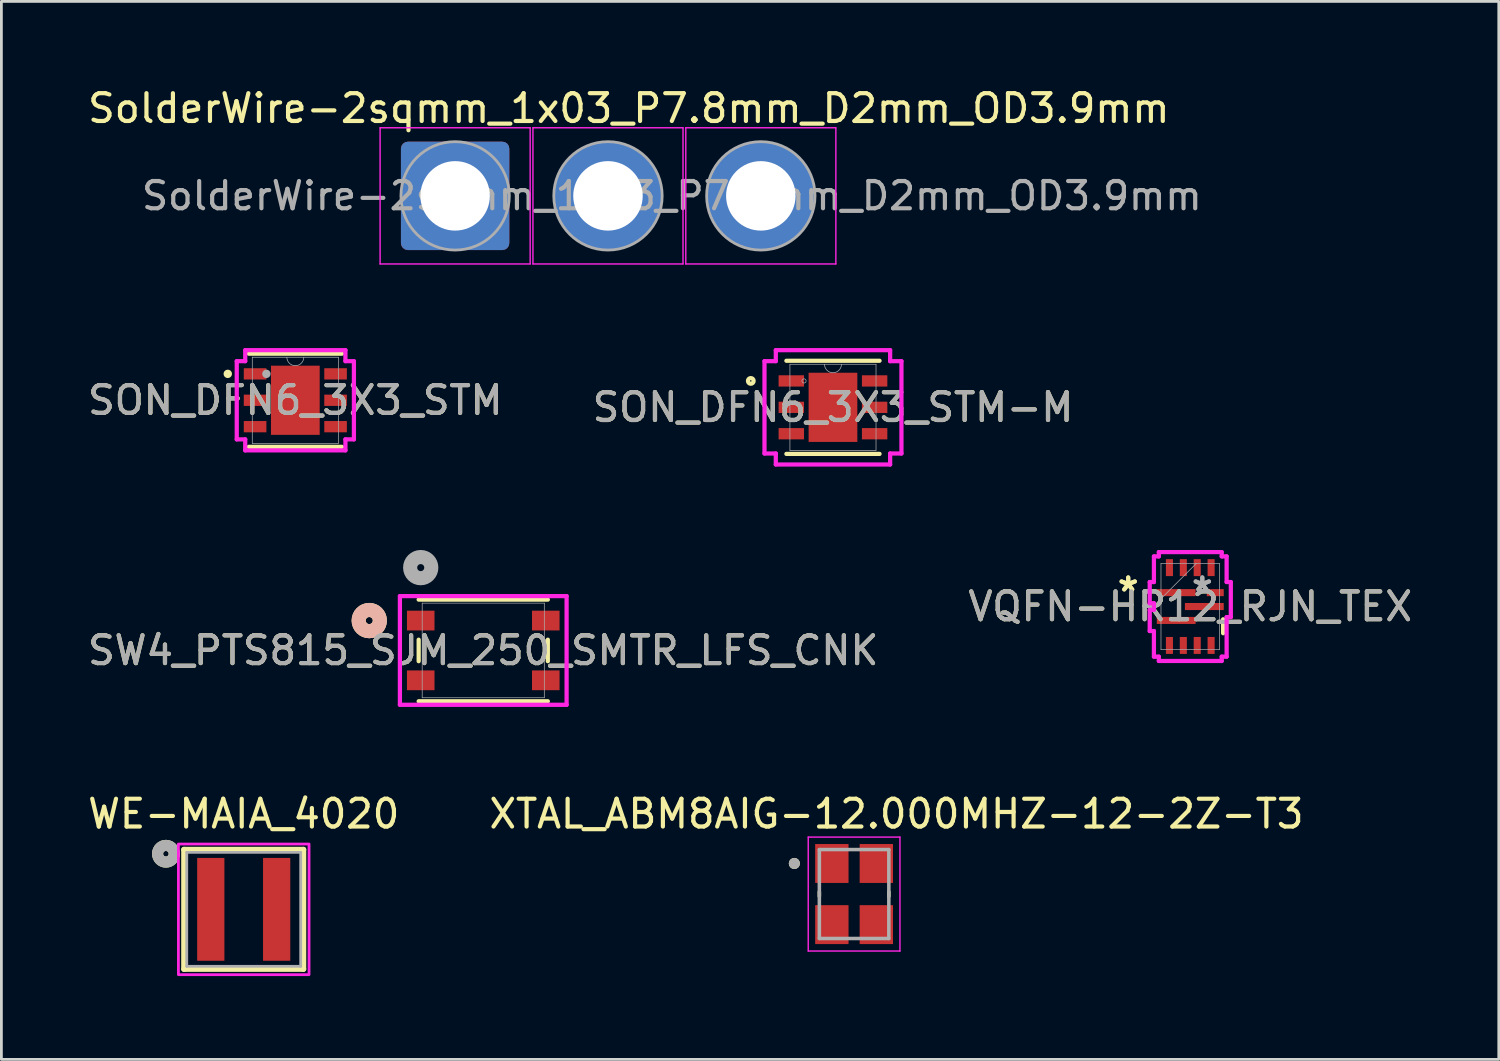
<source format=kicad_pcb>
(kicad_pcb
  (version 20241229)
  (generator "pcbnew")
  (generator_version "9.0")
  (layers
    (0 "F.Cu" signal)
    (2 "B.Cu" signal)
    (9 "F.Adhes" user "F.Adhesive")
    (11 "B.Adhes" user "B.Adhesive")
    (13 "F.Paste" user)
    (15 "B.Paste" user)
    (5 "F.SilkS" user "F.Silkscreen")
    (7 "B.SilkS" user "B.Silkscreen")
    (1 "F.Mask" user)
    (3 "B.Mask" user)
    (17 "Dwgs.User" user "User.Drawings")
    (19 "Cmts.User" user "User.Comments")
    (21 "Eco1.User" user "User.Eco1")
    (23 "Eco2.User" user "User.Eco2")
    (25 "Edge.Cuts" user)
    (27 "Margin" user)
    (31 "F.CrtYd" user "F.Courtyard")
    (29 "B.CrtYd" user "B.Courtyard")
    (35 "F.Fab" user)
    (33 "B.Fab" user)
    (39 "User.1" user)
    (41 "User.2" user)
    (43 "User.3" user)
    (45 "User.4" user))
  (footprint "SolderWire-2sqmm_1x03_P7.8mm_D2mm_OD3.9mm"
    (layer "F.Cu")
    (at 13.327 3.998)
    (property "Reference" "SolderWire-2sqmm_1x03_P7.8mm_D2mm_OD3.9mm" (at 6.25 -3.15 0) (layer "F.SilkS") (effects (font (size 1 1) (thickness 0.15))))
    (attr exclude_from_pos_files exclude_from_bom)
    (fp_line (start -2.7 -2.45) (end -2.7 2.45) (stroke (width 0.05) (type solid)) (layer "F.CrtYd"))
    (fp_line (start -2.7 2.45) (end 2.7 2.45) (stroke (width 0.05) (type solid)) (layer "F.CrtYd"))
    (fp_line (start 2.7 -2.45) (end -2.7 -2.45) (stroke (width 0.05) (type solid)) (layer "F.CrtYd"))
    (fp_line (start 2.7 2.45) (end 2.7 -2.45) (stroke (width 0.05) (type solid)) (layer "F.CrtYd"))
    (fp_line (start 2.8 -2.45) (end 2.8 2.45) (stroke (width 0.05) (type solid)) (layer "F.CrtYd"))
    (fp_line (start 2.8 2.45) (end 8.2 2.45) (stroke (width 0.05) (type solid)) (layer "F.CrtYd"))
    (fp_line (start 8.2 -2.45) (end 2.8 -2.45) (stroke (width 0.05) (type solid)) (layer "F.CrtYd"))
    (fp_line (start 8.2 2.45) (end 8.2 -2.45) (stroke (width 0.05) (type solid)) (layer "F.CrtYd"))
    (fp_line (start 8.3 -2.45) (end 8.3 2.45) (stroke (width 0.05) (type solid)) (layer "F.CrtYd"))
    (fp_line (start 8.3 2.45) (end 13.7 2.45) (stroke (width 0.05) (type solid)) (layer "F.CrtYd"))
    (fp_line (start 13.7 -2.45) (end 8.3 -2.45) (stroke (width 0.05) (type solid)) (layer "F.CrtYd"))
    (fp_line (start 13.7 2.45) (end 13.7 -2.45) (stroke (width 0.05) (type solid)) (layer "F.CrtYd"))
    (fp_circle (center 0 0) (end 1.95 0) (stroke (width 0.1) (type solid)) (fill no) (layer "F.Fab"))
    (fp_circle (center 5.5 0) (end 7.45 0) (stroke (width 0.1) (type solid)) (fill no) (layer "F.Fab"))
    (fp_circle (center 11 0) (end 12.95 0) (stroke (width 0.1) (type solid)) (fill no) (layer "F.Fab"))
    (fp_text user "${REFERENCE}" (at 7.8 0 0) (layer "F.Fab") (effects (font (size 0.98 0.98) (thickness 0.15))))
    (pad "1" thru_hole roundrect (at 0 0) (size 3.9 3.9) (drill 2.5) (layers "*.Cu" "*.Mask") (roundrect_rratio 0.064))
    (pad "2" thru_hole circle (at 5.5 0) (size 3.9 3.9) (drill 2.5) (layers "*.Cu" "*.Mask"))
    (pad "3" thru_hole circle (at 11 0) (size 3.9 3.9) (drill 2.5) (layers "*.Cu" "*.Mask")))
  (footprint "VQFN-HR12_RJN_TEX"
    (layer "F.Cu")
    (at 39.78 18.775)
    (property "Reference" "VQFN-HR12_RJN_TEX" (at 0 0 0) (unlocked yes) (layer "F.SilkS") (effects (font (size 1 1) (thickness 0.15))))
    (attr smd)
    (fp_line (start 1.181 0.46) (end 1.181 0.96) (stroke (width 0.152) (type solid)) (layer "F.SilkS"))
    (fp_line (start -1.459 -0.881) (end -1.459 -0.119) (stroke (width 0.152) (type solid)) (layer "F.CrtYd"))
    (fp_line (start -1.459 -0.119) (end -1.308 -0.119) (stroke (width 0.152) (type solid)) (layer "F.CrtYd"))
    (fp_line (start -1.459 0.119) (end -1.459 0.881) (stroke (width 0.152) (type solid)) (layer "F.CrtYd"))
    (fp_line (start -1.459 0.881) (end -1.308 0.881) (stroke (width 0.152) (type solid)) (layer "F.CrtYd"))
    (fp_line (start -1.308 -1.804) (end -1.308 -0.881) (stroke (width 0.152) (type solid)) (layer "F.CrtYd"))
    (fp_line (start -1.308 -0.881) (end -1.459 -0.881) (stroke (width 0.152) (type solid)) (layer "F.CrtYd"))
    (fp_line (start -1.308 -0.119) (end -1.308 0.119) (stroke (width 0.152) (type solid)) (layer "F.CrtYd"))
    (fp_line (start -1.308 0.119) (end -1.459 0.119) (stroke (width 0.152) (type solid)) (layer "F.CrtYd"))
    (fp_line (start -1.308 0.881) (end -1.308 1.804) (stroke (width 0.152) (type solid)) (layer "F.CrtYd"))
    (fp_line (start -1.308 1.804) (end -1.131 1.804) (stroke (width 0.152) (type solid)) (layer "F.CrtYd"))
    (fp_line (start -1.131 -1.959) (end -1.131 -1.804) (stroke (width 0.152) (type solid)) (layer "F.CrtYd"))
    (fp_line (start -1.131 -1.804) (end -1.308 -1.804) (stroke (width 0.152) (type solid)) (layer "F.CrtYd"))
    (fp_line (start -1.131 1.804) (end -1.131 1.959) (stroke (width 0.152) (type solid)) (layer "F.CrtYd"))
    (fp_line (start -1.131 1.959) (end 1.131 1.959) (stroke (width 0.152) (type solid)) (layer "F.CrtYd"))
    (fp_line (start 1.131 -1.959) (end -1.131 -1.959) (stroke (width 0.152) (type solid)) (layer "F.CrtYd"))
    (fp_line (start 1.131 -1.804) (end 1.131 -1.959) (stroke (width 0.152) (type solid)) (layer "F.CrtYd"))
    (fp_line (start 1.131 1.804) (end 1.308 1.804) (stroke (width 0.152) (type solid)) (layer "F.CrtYd"))
    (fp_line (start 1.131 1.959) (end 1.131 1.804) (stroke (width 0.152) (type solid)) (layer "F.CrtYd"))
    (fp_line (start 1.308 -1.804) (end 1.131 -1.804) (stroke (width 0.152) (type solid)) (layer "F.CrtYd"))
    (fp_line (start 1.308 -0.881) (end 1.308 -1.804) (stroke (width 0.152) (type solid)) (layer "F.CrtYd"))
    (fp_line (start 1.308 0.381) (end 1.459 0.381) (stroke (width 0.152) (type solid)) (layer "F.CrtYd"))
    (fp_line (start 1.308 1.804) (end 1.308 0.381) (stroke (width 0.152) (type solid)) (layer "F.CrtYd"))
    (fp_line (start 1.459 -0.881) (end 1.308 -0.881) (stroke (width 0.152) (type solid)) (layer "F.CrtYd"))
    (fp_line (start 1.459 0.381) (end 1.459 -0.881) (stroke (width 0.152) (type solid)) (layer "F.CrtYd"))
    (fp_line (start -1.054 -1.55) (end -1.054 1.55) (stroke (width 0.025) (type solid)) (layer "F.Fab"))
    (fp_line (start -1.054 -0.28) (end 0.216 -1.55) (stroke (width 0.025) (type solid)) (layer "F.Fab"))
    (fp_line (start -1.054 1.55) (end 1.054 1.55) (stroke (width 0.025) (type solid)) (layer "F.Fab"))
    (fp_line (start 1.054 -1.55) (end -1.054 -1.55) (stroke (width 0.025) (type solid)) (layer "F.Fab"))
    (fp_line (start 1.054 1.55) (end 1.054 -1.55) (stroke (width 0.025) (type solid)) (layer "F.Fab"))
    (fp_text user "*" (at -2.233 -0.5 0) (layer "F.SilkS") (effects (font (size 1 1) (thickness 0.15))))
    (fp_text user "*" (at -2.233 -0.5 0) (unlocked yes) (layer "F.SilkS") (effects (font (size 1 1) (thickness 0.15))))
    (fp_text user "*" (at 0.433 -0.5 0) (layer "F.Fab") (effects (font (size 1 1) (thickness 0.15))))
    (fp_text user "*" (at 0.433 -0.5 0) (unlocked yes) (layer "F.Fab") (effects (font (size 1 1) (thickness 0.15))))
    (fp_text user "${REFERENCE}" (at 0 0 0) (unlocked yes) (layer "F.Fab") (effects (font (size 1 1) (thickness 0.15))))
    (pad "1" smd rect (at -0.506 -0.5) (size 1.397 0.254) (layers "F.Cu" "F.Mask" "F.Paste"))
    (pad "2" smd rect (at -0.506 0.5) (size 1.397 0.254) (layers "F.Cu" "F.Mask" "F.Paste"))
    (pad "3" smd rect (at -0.75 1.4 90) (size 0.61 0.254) (layers "F.Cu" "F.Mask" "F.Paste"))
    (pad "4" smd rect (at -0.25 1.4 90) (size 0.61 0.254) (layers "F.Cu" "F.Mask" "F.Paste"))
    (pad "5" smd rect (at 0.25 1.4 90) (size 0.61 0.254) (layers "F.Cu" "F.Mask" "F.Paste"))
    (pad "6" smd rect (at 0.75 1.4 90) (size 0.61 0.254) (layers "F.Cu" "F.Mask" "F.Paste"))
    (pad "7" smd rect (at 0.506 0) (size 1.397 0.254) (layers "F.Cu" "F.Mask" "F.Paste"))
    (pad "8" smd rect (at 0.9 -0.5) (size 0.61 0.254) (layers "F.Cu" "F.Mask" "F.Paste"))
    (pad "9" smd rect (at 0.75 -1.4 90) (size 0.61 0.254) (layers "F.Cu" "F.Mask" "F.Paste"))
    (pad "10" smd rect (at 0.25 -1.4 90) (size 0.61 0.254) (layers "F.Cu" "F.Mask" "F.Paste"))
    (pad "11" smd rect (at -0.25 -1.4 90) (size 0.61 0.254) (layers "F.Cu" "F.Mask" "F.Paste"))
    (pad "12" smd rect (at -0.75 -1.4 90) (size 0.61 0.254) (layers "F.Cu" "F.Mask" "F.Paste")))
  (footprint "XTAL_ABM8AIG-12.000MHZ-12-2Z-T3"
    (layer "F.Cu")
    (at 27.683 29.121)
    (property "Reference" "XTAL_ABM8AIG-12.000MHZ-12-2Z-T3" (at 1.525 -2.885 0) (layer "F.SilkS") (effects (font (size 1 1) (thickness 0.15))))
    (attr smd)
    (fp_line (start -1.25 -0.08) (end -1.25 0.08) (stroke (width 0.127) (type solid)) (layer "F.SilkS"))
    (fp_line (start 1.25 -0.08) (end 1.25 0.08) (stroke (width 0.127) (type solid)) (layer "F.SilkS"))
    (fp_circle (center -2.15 -1.1) (end -2.05 -1.1) (stroke (width 0.2) (type solid)) (fill no) (layer "F.SilkS"))
    (fp_line (start -1.65 -2.05) (end -1.65 2.05) (stroke (width 0.05) (type solid)) (layer "F.CrtYd"))
    (fp_line (start -1.65 -2.05) (end 1.65 -2.05) (stroke (width 0.05) (type solid)) (layer "F.CrtYd"))
    (fp_line (start 1.65 -2.05) (end 1.65 2.05) (stroke (width 0.05) (type solid)) (layer "F.CrtYd"))
    (fp_line (start 1.65 2.05) (end -1.65 2.05) (stroke (width 0.05) (type solid)) (layer "F.CrtYd"))
    (fp_line (start -1.25 -1.6) (end -1.25 1.6) (stroke (width 0.127) (type solid)) (layer "F.Fab"))
    (fp_line (start -1.25 -1.6) (end 1.25 -1.6) (stroke (width 0.127) (type solid)) (layer "F.Fab"))
    (fp_line (start 1.25 -1.6) (end 1.25 1.6) (stroke (width 0.127) (type solid)) (layer "F.Fab"))
    (fp_line (start 1.25 1.6) (end -1.25 1.6) (stroke (width 0.127) (type solid)) (layer "F.Fab"))
    (fp_circle (center -2.15 -1.1) (end -2.05 -1.1) (stroke (width 0.2) (type solid)) (fill no) (layer "F.Fab"))
    (pad "1" smd rect (at -0.8 -1.1) (size 1.2 1.4) (layers "F.Cu" "F.Mask" "F.Paste"))
    (pad "2" smd rect (at -0.8 1.1) (size 1.2 1.4) (layers "F.Cu" "F.Mask" "F.Paste"))
    (pad "3" smd rect (at 0.8 1.1) (size 1.2 1.4) (layers "F.Cu" "F.Mask" "F.Paste"))
    (pad "4" smd rect (at 0.8 -1.1) (size 1.2 1.4) (layers "F.Cu" "F.Mask" "F.Paste")))
  (footprint "SON_DFN6_3X3_STM-M"
    (layer "F.Cu")
    (at 26.923 11.607)
    (property "Reference" "SON_DFN6_3X3_STM-M" (at 0 0 0) (unlocked yes) (layer "F.SilkS") (effects (font (size 1 1) (thickness 0.15))))
    (attr smd)
    (fp_line (start -1.676 1.676) (end 1.676 1.676) (stroke (width 0.152) (type solid)) (layer "F.SilkS"))
    (fp_line (start 1.676 -1.676) (end -1.676 -1.676) (stroke (width 0.152) (type solid)) (layer "F.SilkS"))
    (fp_circle (center -2.957 -0.95) (end -2.855 -0.95) (stroke (width 0.152) (type solid)) (fill no) (layer "F.SilkS"))
    (fp_line (start -2.464 -1.661) (end -2.057 -1.661) (stroke (width 0.152) (type solid)) (layer "F.CrtYd"))
    (fp_line (start -2.464 1.661) (end -2.464 -1.661) (stroke (width 0.152) (type solid)) (layer "F.CrtYd"))
    (fp_line (start -2.464 1.661) (end -2.057 1.661) (stroke (width 0.152) (type solid)) (layer "F.CrtYd"))
    (fp_line (start -2.057 -2.057) (end 2.057 -2.057) (stroke (width 0.152) (type solid)) (layer "F.CrtYd"))
    (fp_line (start -2.057 -1.661) (end -2.057 -2.057) (stroke (width 0.152) (type solid)) (layer "F.CrtYd"))
    (fp_line (start -2.057 2.057) (end -2.057 1.661) (stroke (width 0.152) (type solid)) (layer "F.CrtYd"))
    (fp_line (start 2.057 -2.057) (end 2.057 -1.661) (stroke (width 0.152) (type solid)) (layer "F.CrtYd"))
    (fp_line (start 2.057 1.661) (end 2.057 2.057) (stroke (width 0.152) (type solid)) (layer "F.CrtYd"))
    (fp_line (start 2.057 2.057) (end -2.057 2.057) (stroke (width 0.152) (type solid)) (layer "F.CrtYd"))
    (fp_line (start 2.464 -1.661) (end 2.057 -1.661) (stroke (width 0.152) (type solid)) (layer "F.CrtYd"))
    (fp_line (start 2.464 -1.661) (end 2.464 1.661) (stroke (width 0.152) (type solid)) (layer "F.CrtYd"))
    (fp_line (start 2.464 1.661) (end 2.057 1.661) (stroke (width 0.152) (type solid)) (layer "F.CrtYd"))
    (fp_line (start -1.549 -1.549) (end -1.549 1.549) (stroke (width 0.025) (type solid)) (layer "F.Fab"))
    (fp_line (start -1.549 1.549) (end 1.549 1.549) (stroke (width 0.025) (type solid)) (layer "F.Fab"))
    (fp_line (start 1.549 -1.549) (end -1.549 -1.549) (stroke (width 0.025) (type solid)) (layer "F.Fab"))
    (fp_line (start 1.549 1.549) (end 1.549 -1.549) (stroke (width 0.025) (type solid)) (layer "F.Fab"))
    (fp_arc (start 0.3048 -1.5494) (mid 0 -1.2446) (end -0.3048 -1.5494) (stroke (width 0.0254) (type solid)) (layer "F.Fab"))
    (fp_circle (center -1.041 -0.95) (end -0.965 -0.95) (stroke (width 0.025) (type solid)) (fill no) (layer "F.Fab"))
    (fp_text user "${REFERENCE}" (at 0 0 0) (unlocked yes) (layer "F.Fab") (effects (font (size 1 1) (thickness 0.15))))
    (pad "1" smd rect (at -1.499 -0.95) (size 0.914 0.406) (layers "F.Cu" "F.Mask" "F.Paste"))
    (pad "2" smd rect (at -1.499 0) (size 0.914 0.406) (layers "F.Cu" "F.Mask" "F.Paste"))
    (pad "3" smd rect (at -1.499 0.95) (size 0.914 0.406) (layers "F.Cu" "F.Mask" "F.Paste"))
    (pad "4" smd rect (at 1.499 0.95) (size 0.914 0.406) (layers "F.Cu" "F.Mask" "F.Paste"))
    (pad "5" smd rect (at 1.499 0) (size 0.914 0.406) (layers "F.Cu" "F.Mask" "F.Paste"))
    (pad "6" smd rect (at 1.499 -0.95) (size 0.914 0.406) (layers "F.Cu" "F.Mask" "F.Paste"))
    (pad "7" smd rect (at 0 0) (size 1.753 2.489) (layers "F.Cu" "F.Mask" "F.Paste")))
  (footprint "WE-MAIA_4020"
    (layer "F.Cu")
    (at 5.72 29.671)
    (property "Reference" "WE-MAIA_4020" (at 0 -3.435 0) (layer "F.SilkS") (effects (font (size 1 1) (thickness 0.15))))
    (attr smd)
    (fp_line (start -2.15 -2.15) (end 2.15 -2.15) (stroke (width 0.2) (type solid)) (layer "F.SilkS"))
    (fp_line (start -2.15 2.15) (end -2.15 -2.15) (stroke (width 0.2) (type solid)) (layer "F.SilkS"))
    (fp_line (start 2.15 -2.15) (end 2.15 2.15) (stroke (width 0.2) (type solid)) (layer "F.SilkS"))
    (fp_line (start 2.15 2.15) (end -2.15 2.15) (stroke (width 0.2) (type solid)) (layer "F.SilkS"))
    (fp_circle (center -2.8 -2) (end -2.7 -2) (stroke (width 0.4) (type solid)) (fill no) (layer "F.SilkS"))
    (fp_poly (pts (xy -2.35 -2.35) (xy 2.35 -2.35) (xy 2.35 2.35) (xy -2.35 2.35)) (stroke (width 0.1) (type solid)) (fill no) (layer "F.CrtYd"))
    (fp_line (start -2.05 -2.05) (end 2.05 -2.05) (stroke (width 0.1) (type solid)) (layer "F.Fab"))
    (fp_line (start -2.05 2.05) (end -2.05 -2.05) (stroke (width 0.1) (type solid)) (layer "F.Fab"))
    (fp_line (start 2.05 -2.05) (end 2.05 2.05) (stroke (width 0.1) (type solid)) (layer "F.Fab"))
    (fp_line (start 2.05 2.05) (end -2.05 2.05) (stroke (width 0.1) (type solid)) (layer "F.Fab"))
    (fp_circle (center -2.8 -2) (end -2.7 -2) (stroke (width 0.4) (type solid)) (fill no) (layer "F.Fab"))
    (pad "1" smd rect (at -1.185 0) (size 0.98 3.7) (layers "F.Cu" "F.Mask" "F.Paste"))
    (pad "2" smd rect (at 1.185 0) (size 0.98 3.7) (layers "F.Cu" "F.Mask" "F.Paste"))
    (zone (net_name "") (layer "F.Cu") (hatch full 0.508) (connect_pads) (min_thickness 0.01) (filled_areas_thickness no) (keepout (tracks not_allowed) (vias not_allowed) (pads not_allowed) (copperpour not_allowed) (footprints allowed)) (placement (enabled no)) (fill) (polygon (pts (xy 5.035 27.821) (xy 6.405 27.821) (xy 6.405 31.521) (xy 5.035 31.521))))
    (zone (net_name "") (layers "F.Cu" "B.Cu") (hatch full 0.508) (connect_pads) (min_thickness 0.01) (filled_areas_thickness no) (keepout (tracks allowed) (vias not_allowed) (pads allowed) (copperpour allowed) (footprints allowed)) (placement (enabled no)) (fill) (polygon (pts (xy 5.035 27.821) (xy 6.405 27.821) (xy 6.405 31.521) (xy 5.035 31.521)))))
  (footprint "SW4_PTS815_SJM_250_SMTR_LFS_CNK"
    (layer "F.Cu")
    (at 14.339 20.355)
    (property "Reference" "SW4_PTS815_SJM_250_SMTR_LFS_CNK" (at 0 0 0) (unlocked yes) (layer "F.SilkS") (effects (font (size 1 1) (thickness 0.15))))
    (attr smd)
    (fp_line (start -2.324 -0.387) (end -2.324 0.387) (stroke (width 0.152) (type solid)) (layer "F.SilkS"))
    (fp_line (start -2.324 1.829) (end 2.324 1.829) (stroke (width 0.152) (type solid)) (layer "F.SilkS"))
    (fp_line (start 2.324 -1.829) (end -2.324 -1.829) (stroke (width 0.152) (type solid)) (layer "F.SilkS"))
    (fp_line (start 2.324 0.387) (end 2.324 -0.387) (stroke (width 0.152) (type solid)) (layer "F.SilkS"))
    (fp_circle (center -4.102 -1.075) (end -3.721 -1.075) (stroke (width 0.508) (type solid)) (fill no) (layer "F.SilkS"))
    (fp_circle (center -4.102 -1.075) (end -3.721 -1.075) (stroke (width 0.508) (type solid)) (fill no) (layer "B.SilkS"))
    (fp_line (start -2.999 -1.956) (end -2.999 1.956) (stroke (width 0.152) (type solid)) (layer "F.CrtYd"))
    (fp_line (start -2.999 1.956) (end 2.999 1.956) (stroke (width 0.152) (type solid)) (layer "F.CrtYd"))
    (fp_line (start 2.999 -1.956) (end -2.999 -1.956) (stroke (width 0.152) (type solid)) (layer "F.CrtYd"))
    (fp_line (start 2.999 1.956) (end 2.999 -1.956) (stroke (width 0.152) (type solid)) (layer "F.CrtYd"))
    (fp_line (start -2.197 -1.702) (end -2.197 1.702) (stroke (width 0.025) (type solid)) (layer "F.Fab"))
    (fp_line (start -2.197 1.702) (end 2.197 1.702) (stroke (width 0.025) (type solid)) (layer "F.Fab"))
    (fp_line (start 2.197 -1.702) (end -2.197 -1.702) (stroke (width 0.025) (type solid)) (layer "F.Fab"))
    (fp_line (start 2.197 1.702) (end 2.197 -1.702) (stroke (width 0.025) (type solid)) (layer "F.Fab"))
    (fp_circle (center -2.25 -2.98) (end -1.869 -2.98) (stroke (width 0.508) (type solid)) (fill no) (layer "F.Fab"))
    (fp_text user "${REFERENCE}" (at 0 0 0) (unlocked yes) (layer "F.Fab") (effects (font (size 1 1) (thickness 0.15))))
    (pad "1" smd rect (at -2.25 -1.075) (size 0.991 0.711) (layers "F.Cu" "F.Mask" "F.Paste"))
    (pad "2" smd rect (at 2.25 -1.075) (size 0.991 0.711) (layers "F.Cu" "F.Mask" "F.Paste"))
    (pad "3" smd rect (at -2.25 1.075) (size 0.991 0.711) (layers "F.Cu" "F.Mask" "F.Paste"))
    (pad "4" smd rect (at 2.25 1.075) (size 0.991 0.711) (layers "F.Cu" "F.Mask" "F.Paste")))
  (footprint "SON_DFN6_3X3_STM"
    (layer "F.Cu")
    (at 7.577 11.353)
    (property "Reference" "SON_DFN6_3X3_STM" (at 0 0 0) (unlocked yes) (layer "F.SilkS") (effects (font (size 1 1) (thickness 0.15))))
    (attr smd)
    (fp_line (start -1.676 1.676) (end 1.676 1.676) (stroke (width 0.152) (type solid)) (layer "F.SilkS"))
    (fp_line (start 1.676 -1.676) (end -1.676 -1.676) (stroke (width 0.152) (type solid)) (layer "F.SilkS"))
    (fp_circle (center -2.431 -0.95) (end -2.355 -0.95) (stroke (width 0.152) (type solid)) (fill no) (layer "F.SilkS"))
    (fp_line (start -2.108 -1.407) (end -1.803 -1.407) (stroke (width 0.152) (type solid)) (layer "F.CrtYd"))
    (fp_line (start -2.108 1.407) (end -2.108 -1.407) (stroke (width 0.152) (type solid)) (layer "F.CrtYd"))
    (fp_line (start -2.108 1.407) (end -1.803 1.407) (stroke (width 0.152) (type solid)) (layer "F.CrtYd"))
    (fp_line (start -1.803 -1.803) (end 1.803 -1.803) (stroke (width 0.152) (type solid)) (layer "F.CrtYd"))
    (fp_line (start -1.803 -1.407) (end -1.803 -1.803) (stroke (width 0.152) (type solid)) (layer "F.CrtYd"))
    (fp_line (start -1.803 1.803) (end -1.803 1.407) (stroke (width 0.152) (type solid)) (layer "F.CrtYd"))
    (fp_line (start 1.803 -1.803) (end 1.803 -1.407) (stroke (width 0.152) (type solid)) (layer "F.CrtYd"))
    (fp_line (start 1.803 1.407) (end 1.803 1.803) (stroke (width 0.152) (type solid)) (layer "F.CrtYd"))
    (fp_line (start 1.803 1.803) (end -1.803 1.803) (stroke (width 0.152) (type solid)) (layer "F.CrtYd"))
    (fp_line (start 2.108 -1.407) (end 1.803 -1.407) (stroke (width 0.152) (type solid)) (layer "F.CrtYd"))
    (fp_line (start 2.108 -1.407) (end 2.108 1.407) (stroke (width 0.152) (type solid)) (layer "F.CrtYd"))
    (fp_line (start 2.108 1.407) (end 1.803 1.407) (stroke (width 0.152) (type solid)) (layer "F.CrtYd"))
    (fp_line (start -1.549 -1.549) (end -1.549 1.549) (stroke (width 0.025) (type solid)) (layer "F.Fab"))
    (fp_line (start -1.549 1.549) (end 1.549 1.549) (stroke (width 0.025) (type solid)) (layer "F.Fab"))
    (fp_line (start 1.549 -1.549) (end -1.549 -1.549) (stroke (width 0.025) (type solid)) (layer "F.Fab"))
    (fp_line (start 1.549 1.549) (end 1.549 -1.549) (stroke (width 0.025) (type solid)) (layer "F.Fab"))
    (fp_arc (start 0.3048 -1.5494) (mid 0 -1.2446) (end -0.3048 -1.5494) (stroke (width 0.0254) (type solid)) (layer "F.Fab"))
    (fp_circle (center -1.041 -0.95) (end -0.965 -0.95) (stroke (width 0.152) (type solid)) (fill no) (layer "F.Fab"))
    (fp_text user "${REFERENCE}" (at 0 0 0) (unlocked yes) (layer "F.Fab") (effects (font (size 1 1) (thickness 0.15))))
    (pad "1" smd rect (at -1.448 -0.95) (size 0.813 0.406) (layers "F.Cu" "F.Mask" "F.Paste"))
    (pad "2" smd rect (at -1.448 0) (size 0.813 0.406) (layers "F.Cu" "F.Mask" "F.Paste"))
    (pad "3" smd rect (at -1.448 0.95) (size 0.813 0.406) (layers "F.Cu" "F.Mask" "F.Paste"))
    (pad "4" smd rect (at 1.448 0.95) (size 0.813 0.406) (layers "F.Cu" "F.Mask" "F.Paste"))
    (pad "5" smd rect (at 1.448 0) (size 0.813 0.406) (layers "F.Cu" "F.Mask" "F.Paste"))
    (pad "6" smd rect (at 1.448 -0.95) (size 0.813 0.406) (layers "F.Cu" "F.Mask" "F.Paste"))
    (pad "7" smd rect (at 0 0) (size 1.753 2.489) (layers "F.Cu" "F.Mask" "F.Paste")))
  (gr_rect
    (start -3 -3)
    (end 50.881 35.071)
    (stroke (width 0.1) (type default))
    (fill no)
    (layer "Edge.Cuts")))
</source>
